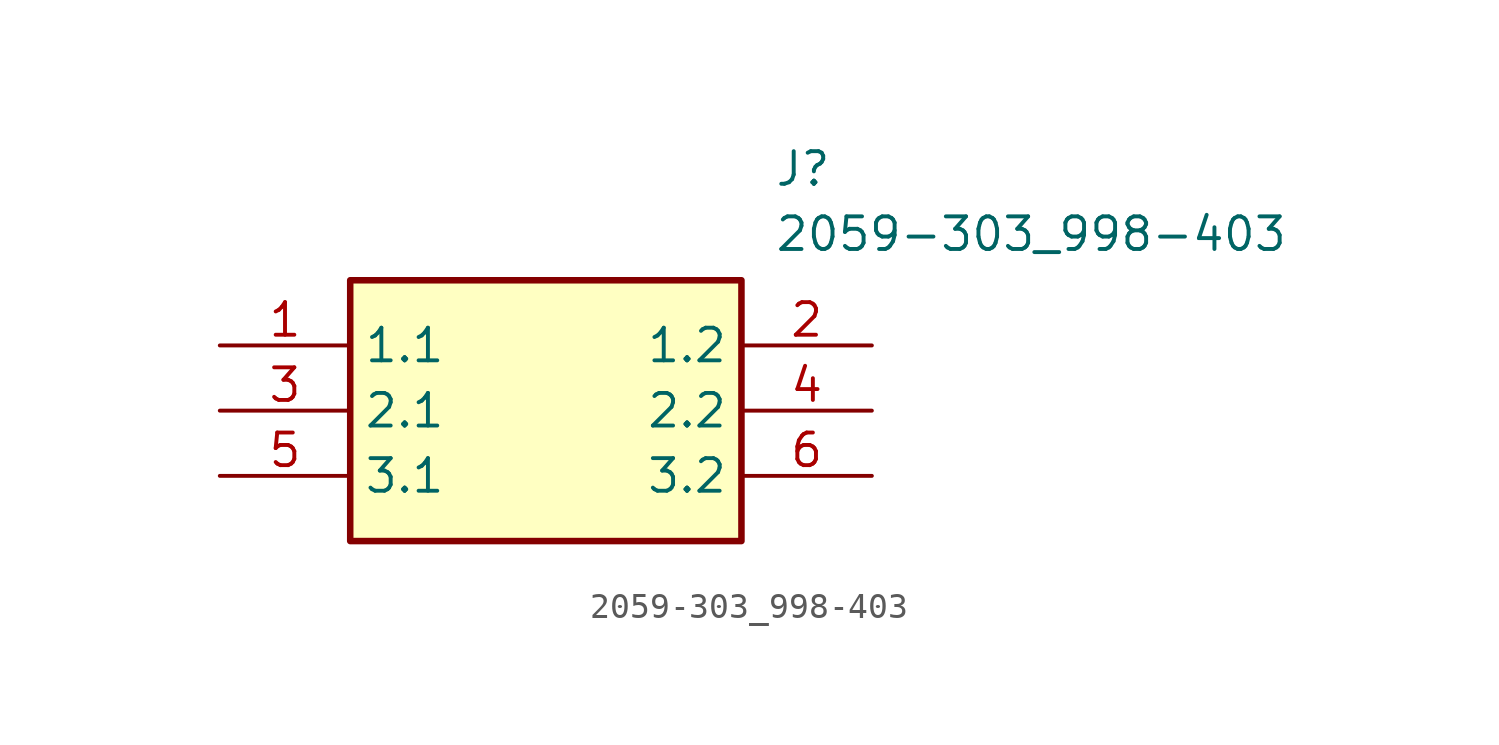
<source format=kicad_sym>
(kicad_symbol_lib
  (version 20211014)
  (generator SamacSys_ECAD_Model)
  (symbol "2059-303_998-403"
    (property "Reference" "J"
      (at 21.59 7.62 0)
      (effects (font (size 1.27 1.27)) (justify left top)))
    (property "Value" "2059-303_998-403"
      (at 21.59 5.08 0)
      (effects (font (size 1.27 1.27)) (justify left top)))
    (rectangle
      (start 5.08 2.54)
      (end 20.32 -7.62)
      (stroke (width 0.254) (type default))
      (fill (type background)))
    (pin passive line
      (at 0 0 0)
      (length 5.08)
      (name "1.1" (effects (font (size 1.27 1.27))))
      (number "1" (effects (font (size 1.27 1.27)))))
    (pin passive line
      (at 25.4 0 180)
      (length 5.08)
      (name "1.2" (effects (font (size 1.27 1.27))))
      (number "2" (effects (font (size 1.27 1.27)))))
    (pin passive line
      (at 0 -2.54 0)
      (length 5.08)
      (name "2.1" (effects (font (size 1.27 1.27))))
      (number "3" (effects (font (size 1.27 1.27)))))
    (pin passive line
      (at 25.4 -2.54 180)
      (length 5.08)
      (name "2.2" (effects (font (size 1.27 1.27))))
      (number "4" (effects (font (size 1.27 1.27)))))
    (pin passive line
      (at 0 -5.08 0)
      (length 5.08)
      (name "3.1" (effects (font (size 1.27 1.27))))
      (number "5" (effects (font (size 1.27 1.27)))))
    (pin passive line
      (at 25.4 -5.08 180)
      (length 5.08)
      (name "3.2" (effects (font (size 1.27 1.27))))
      (number "6" (effects (font (size 1.27 1.27)))))))
</source>
